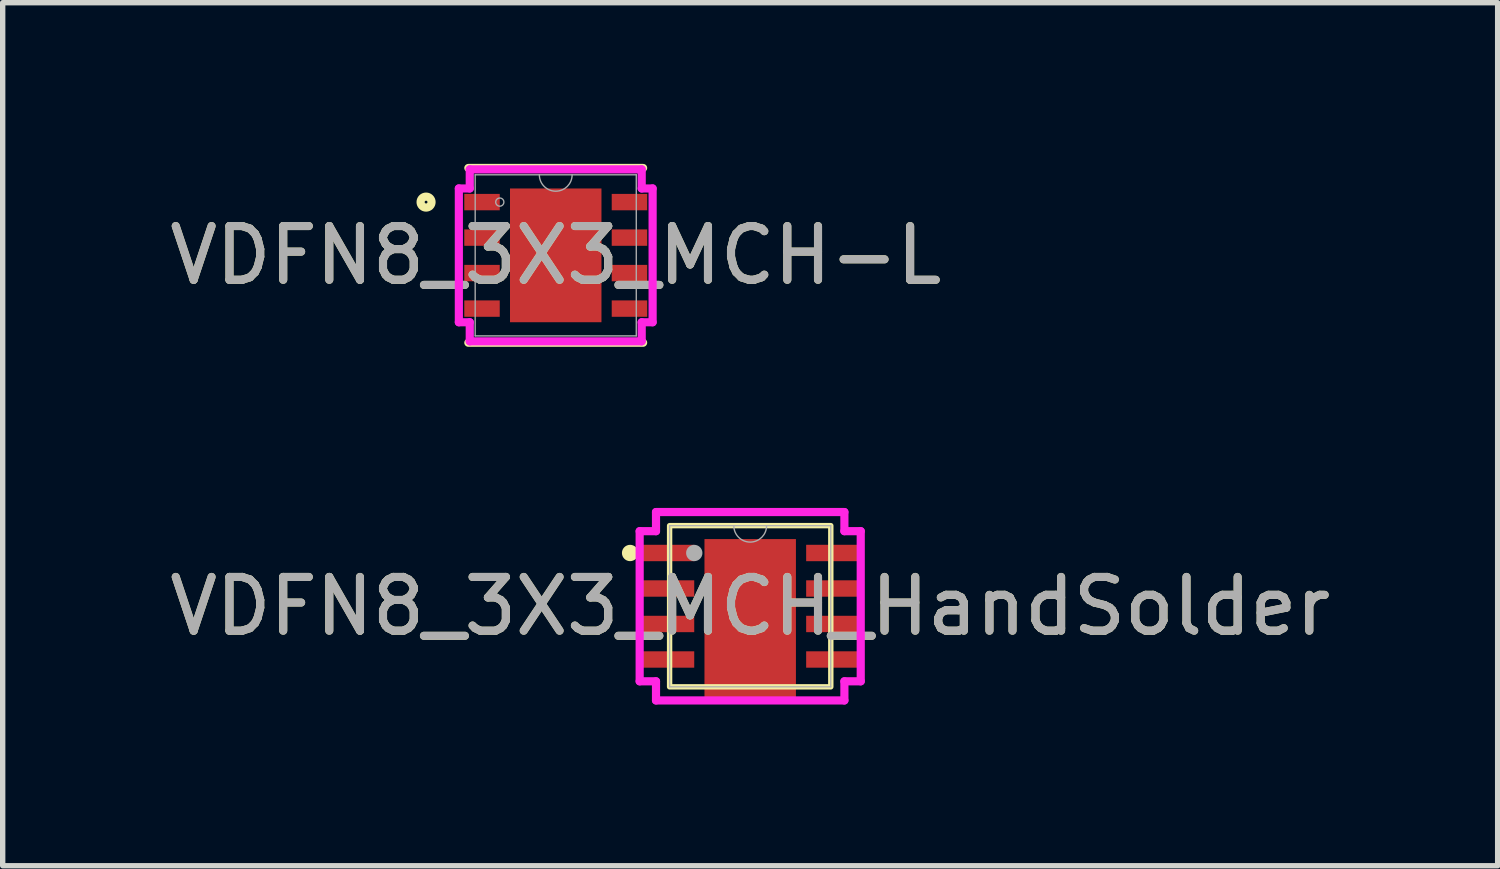
<source format=kicad_pcb>
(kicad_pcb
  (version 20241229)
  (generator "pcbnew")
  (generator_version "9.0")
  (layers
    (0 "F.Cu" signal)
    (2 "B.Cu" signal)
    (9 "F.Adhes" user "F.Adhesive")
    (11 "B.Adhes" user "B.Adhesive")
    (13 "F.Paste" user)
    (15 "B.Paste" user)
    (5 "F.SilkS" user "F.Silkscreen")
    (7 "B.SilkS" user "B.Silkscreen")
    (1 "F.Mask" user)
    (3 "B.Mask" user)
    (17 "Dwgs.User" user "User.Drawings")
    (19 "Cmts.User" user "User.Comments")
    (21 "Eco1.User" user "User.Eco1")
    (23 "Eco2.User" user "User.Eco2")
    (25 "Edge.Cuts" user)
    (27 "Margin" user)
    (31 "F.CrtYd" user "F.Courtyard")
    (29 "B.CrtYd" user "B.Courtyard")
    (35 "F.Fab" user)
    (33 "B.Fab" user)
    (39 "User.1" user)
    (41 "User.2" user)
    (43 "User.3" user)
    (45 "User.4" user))
  (footprint "VDFN8_3X3_MCH_HandSolder"
    (layer "F.Cu")
    (at 10.911 8.232)
    (property "Reference" "VDFN8_3X3_MCH_HandSolder" (at 0 0 0) (unlocked yes) (layer "F.SilkS") (effects (font (size 1 1) (thickness 0.15))))
    (attr smd)
    (fp_rect (start -1.5 -1.5) (end 1.5 1.5) (stroke (width 0.1) (type default)) (fill no) (layer "F.SilkS"))
    (fp_circle (center -2.235 -0.991) (end -2.159 -0.991) (stroke (width 0.152) (type solid)) (fill no) (layer "F.SilkS"))
    (fp_line (start -2.057 -1.397) (end -1.753 -1.397) (stroke (width 0.152) (type solid)) (layer "F.CrtYd"))
    (fp_line (start -2.057 1.397) (end -2.057 -1.397) (stroke (width 0.152) (type solid)) (layer "F.CrtYd"))
    (fp_line (start -2.057 1.397) (end -1.753 1.397) (stroke (width 0.152) (type solid)) (layer "F.CrtYd"))
    (fp_line (start -1.753 -1.753) (end 1.753 -1.753) (stroke (width 0.152) (type solid)) (layer "F.CrtYd"))
    (fp_line (start -1.753 -1.397) (end -1.753 -1.753) (stroke (width 0.152) (type solid)) (layer "F.CrtYd"))
    (fp_line (start -1.753 1.753) (end -1.753 1.397) (stroke (width 0.152) (type solid)) (layer "F.CrtYd"))
    (fp_line (start 1.753 -1.753) (end 1.753 -1.397) (stroke (width 0.152) (type solid)) (layer "F.CrtYd"))
    (fp_line (start 1.753 1.397) (end 1.753 1.753) (stroke (width 0.152) (type solid)) (layer "F.CrtYd"))
    (fp_line (start 1.753 1.753) (end -1.753 1.753) (stroke (width 0.152) (type solid)) (layer "F.CrtYd"))
    (fp_line (start 2.057 -1.397) (end 1.753 -1.397) (stroke (width 0.152) (type solid)) (layer "F.CrtYd"))
    (fp_line (start 2.057 -1.397) (end 2.057 1.397) (stroke (width 0.152) (type solid)) (layer "F.CrtYd"))
    (fp_line (start 2.057 1.397) (end 1.753 1.397) (stroke (width 0.152) (type solid)) (layer "F.CrtYd"))
    (fp_line (start -1.499 -1.499) (end -1.499 1.499) (stroke (width 0.025) (type solid)) (layer "F.Fab"))
    (fp_line (start -1.499 1.499) (end 1.499 1.499) (stroke (width 0.025) (type solid)) (layer "F.Fab"))
    (fp_line (start 1.499 -1.499) (end -1.499 -1.499) (stroke (width 0.025) (type solid)) (layer "F.Fab"))
    (fp_line (start 1.499 1.499) (end 1.499 -1.499) (stroke (width 0.025) (type solid)) (layer "F.Fab"))
    (fp_arc (start 0.3048 -1.4986) (mid 0 -1.1938) (end -0.3048 -1.4986) (stroke (width 0.0254) (type solid)) (layer "F.Fab"))
    (fp_circle (center -1.041 -0.991) (end -1.041 -0.991) (stroke (width 0.152) (type solid)) (fill no) (layer "F.Fab"))
    (fp_text user "${REFERENCE}" (at 0 0 0) (unlocked yes) (layer "F.Fab") (effects (font (size 1 1) (thickness 0.15))))
    (pad "1" smd rect (at -1.521 -0.991) (size 0.959 0.305) (layers "F.Cu" "F.Mask" "F.Paste"))
    (pad "2" smd rect (at -1.521 -0.33) (size 0.959 0.305) (layers "F.Cu" "F.Mask" "F.Paste"))
    (pad "3" smd rect (at -1.521 0.33) (size 0.959 0.305) (layers "F.Cu" "F.Mask" "F.Paste"))
    (pad "4" smd rect (at -1.521 0.991) (size 0.959 0.305) (layers "F.Cu" "F.Mask" "F.Paste"))
    (pad "5" smd rect (at 1.521 0.991) (size 0.959 0.305) (layers "F.Cu" "F.Mask" "F.Paste"))
    (pad "6" smd rect (at 1.521 0.33) (size 0.959 0.305) (layers "F.Cu" "F.Mask" "F.Paste"))
    (pad "7" smd rect (at 1.521 -0.33) (size 0.959 0.305) (layers "F.Cu" "F.Mask" "F.Paste"))
    (pad "8" smd rect (at 1.521 -0.991) (size 0.959 0.305) (layers "F.Cu" "F.Mask" "F.Paste"))
    (pad "9" smd rect (at 0 0.25) (size 1.702 3) (layers "F.Cu" "F.Mask" "F.Paste")))
  (footprint "VDFN8_3X3_MCH-L"
    (layer "F.Cu")
    (at 7.292 1.702)
    (property "Reference" "VDFN8_3X3_MCH-L" (at 0 0 0) (unlocked yes) (layer "F.SilkS") (effects (font (size 1 1) (thickness 0.15))))
    (attr smd)
    (fp_line (start -1.626 1.626) (end 1.626 1.626) (stroke (width 0.152) (type solid)) (layer "F.SilkS"))
    (fp_line (start 1.626 -1.626) (end -1.626 -1.626) (stroke (width 0.152) (type solid)) (layer "F.SilkS"))
    (fp_circle (center -2.413 -0.991) (end -2.311 -0.991) (stroke (width 0.152) (type solid)) (fill no) (layer "F.SilkS"))
    (fp_line (start -1.803 -1.245) (end -1.6 -1.245) (stroke (width 0.152) (type solid)) (layer "F.CrtYd"))
    (fp_line (start -1.803 1.245) (end -1.803 -1.245) (stroke (width 0.152) (type solid)) (layer "F.CrtYd"))
    (fp_line (start -1.803 1.245) (end -1.6 1.245) (stroke (width 0.152) (type solid)) (layer "F.CrtYd"))
    (fp_line (start -1.6 -1.6) (end 1.6 -1.6) (stroke (width 0.152) (type solid)) (layer "F.CrtYd"))
    (fp_line (start -1.6 -1.245) (end -1.6 -1.6) (stroke (width 0.152) (type solid)) (layer "F.CrtYd"))
    (fp_line (start -1.6 1.6) (end -1.6 1.245) (stroke (width 0.152) (type solid)) (layer "F.CrtYd"))
    (fp_line (start 1.6 -1.6) (end 1.6 -1.245) (stroke (width 0.152) (type solid)) (layer "F.CrtYd"))
    (fp_line (start 1.6 1.245) (end 1.6 1.6) (stroke (width 0.152) (type solid)) (layer "F.CrtYd"))
    (fp_line (start 1.6 1.6) (end -1.6 1.6) (stroke (width 0.152) (type solid)) (layer "F.CrtYd"))
    (fp_line (start 1.803 -1.245) (end 1.6 -1.245) (stroke (width 0.152) (type solid)) (layer "F.CrtYd"))
    (fp_line (start 1.803 -1.245) (end 1.803 1.245) (stroke (width 0.152) (type solid)) (layer "F.CrtYd"))
    (fp_line (start 1.803 1.245) (end 1.6 1.245) (stroke (width 0.152) (type solid)) (layer "F.CrtYd"))
    (fp_line (start -1.499 -1.499) (end -1.499 1.499) (stroke (width 0.025) (type solid)) (layer "F.Fab"))
    (fp_line (start -1.499 1.499) (end 1.499 1.499) (stroke (width 0.025) (type solid)) (layer "F.Fab"))
    (fp_line (start 1.499 -1.499) (end -1.499 -1.499) (stroke (width 0.025) (type solid)) (layer "F.Fab"))
    (fp_line (start 1.499 1.499) (end 1.499 -1.499) (stroke (width 0.025) (type solid)) (layer "F.Fab"))
    (fp_arc (start 0.3048 -1.4986) (mid 0 -1.1938) (end -0.3048 -1.4986) (stroke (width 0.0254) (type solid)) (layer "F.Fab"))
    (fp_circle (center -1.041 -0.991) (end -0.965 -0.991) (stroke (width 0.025) (type solid)) (fill no) (layer "F.Fab"))
    (fp_text user "${REFERENCE}" (at 0 0 0) (unlocked yes) (layer "F.Fab") (effects (font (size 1 1) (thickness 0.15))))
    (pad "1" smd rect (at -1.372 -0.991) (size 0.66 0.305) (layers "F.Cu" "F.Mask" "F.Paste"))
    (pad "2" smd rect (at -1.372 -0.33) (size 0.66 0.305) (layers "F.Cu" "F.Mask" "F.Paste"))
    (pad "3" smd rect (at -1.372 0.33) (size 0.66 0.305) (layers "F.Cu" "F.Mask" "F.Paste"))
    (pad "4" smd rect (at -1.372 0.991) (size 0.66 0.305) (layers "F.Cu" "F.Mask" "F.Paste"))
    (pad "5" smd rect (at 1.372 0.991) (size 0.66 0.305) (layers "F.Cu" "F.Mask" "F.Paste"))
    (pad "6" smd rect (at 1.372 0.33) (size 0.66 0.305) (layers "F.Cu" "F.Mask" "F.Paste"))
    (pad "7" smd rect (at 1.372 -0.33) (size 0.66 0.305) (layers "F.Cu" "F.Mask" "F.Paste"))
    (pad "8" smd rect (at 1.372 -0.991) (size 0.66 0.305) (layers "F.Cu" "F.Mask" "F.Paste"))
    (pad "9" smd rect (at 0 0) (size 1.702 2.489) (layers "F.Cu" "F.Mask" "F.Paste")))
  (gr_rect
    (start -3 -3)
    (end 24.821 13.061)
    (stroke (width 0.1) (type default))
    (fill no)
    (layer "Edge.Cuts")))
</source>
